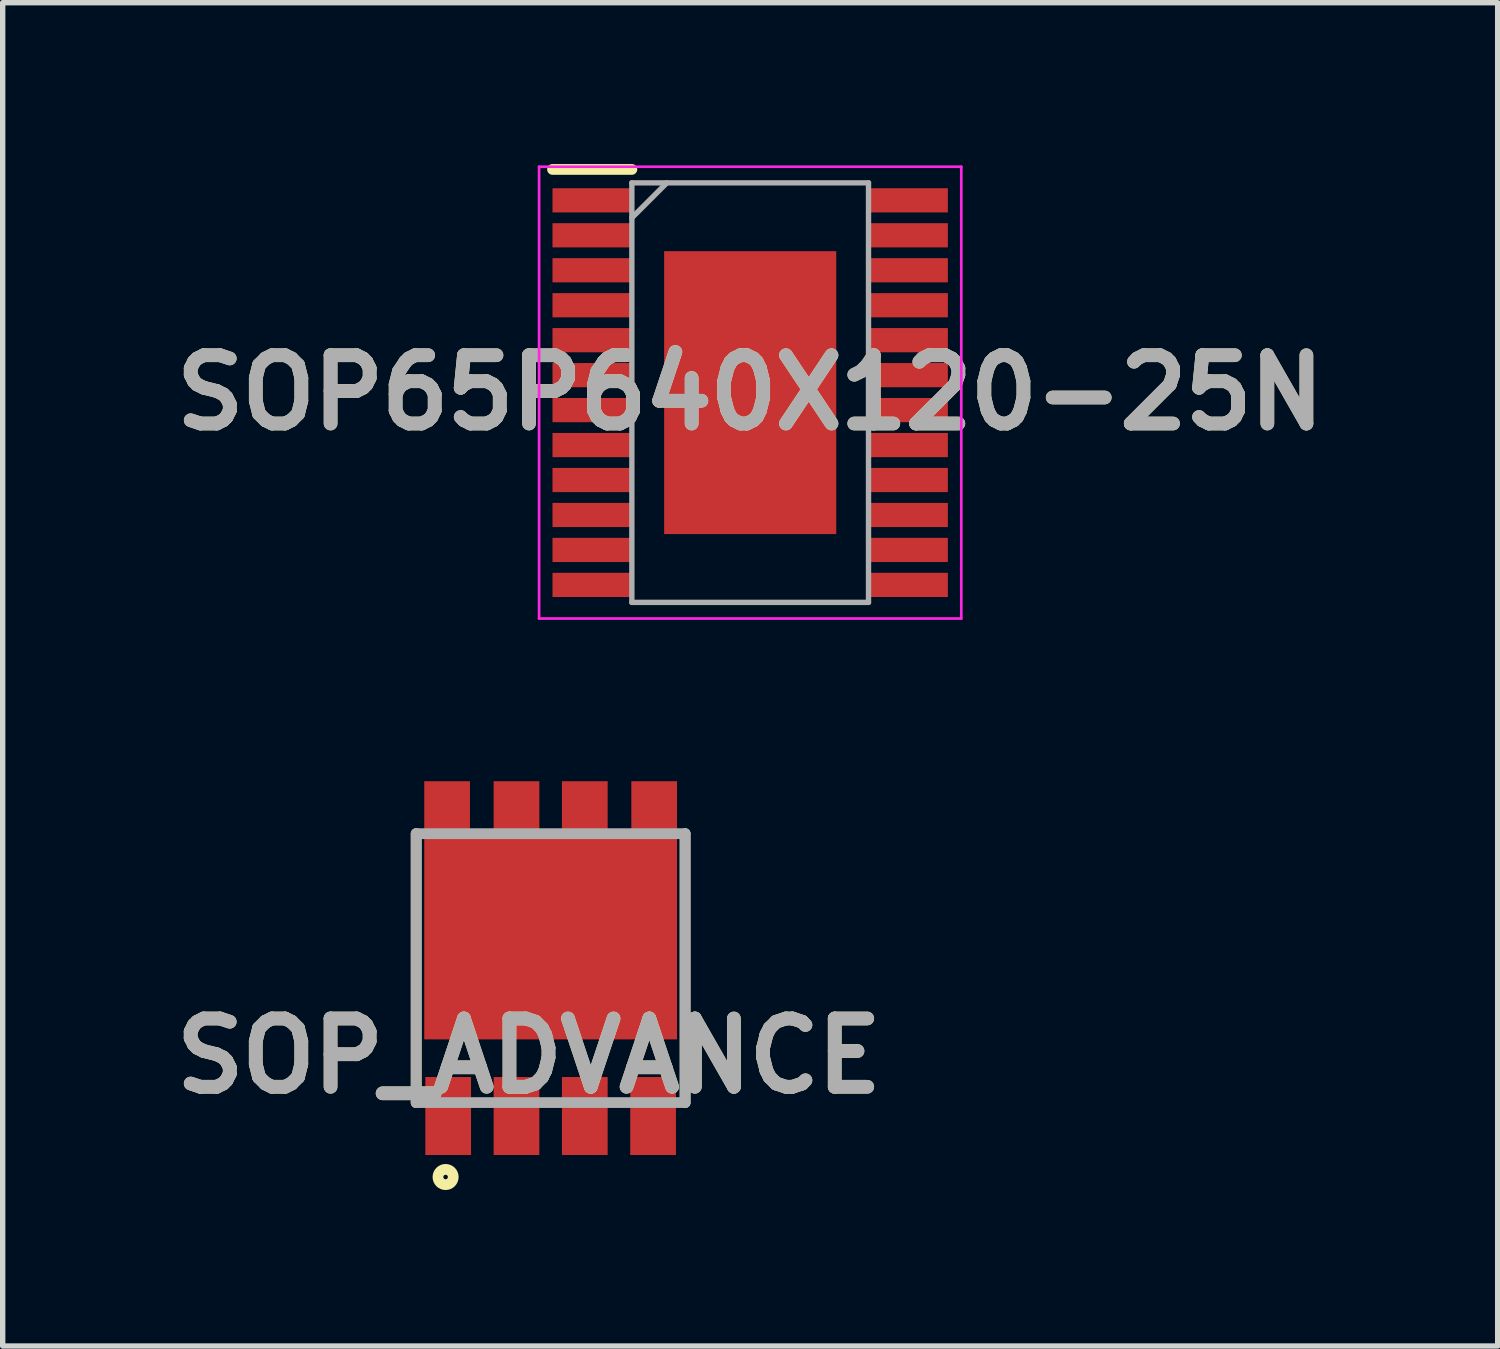
<source format=kicad_pcb>
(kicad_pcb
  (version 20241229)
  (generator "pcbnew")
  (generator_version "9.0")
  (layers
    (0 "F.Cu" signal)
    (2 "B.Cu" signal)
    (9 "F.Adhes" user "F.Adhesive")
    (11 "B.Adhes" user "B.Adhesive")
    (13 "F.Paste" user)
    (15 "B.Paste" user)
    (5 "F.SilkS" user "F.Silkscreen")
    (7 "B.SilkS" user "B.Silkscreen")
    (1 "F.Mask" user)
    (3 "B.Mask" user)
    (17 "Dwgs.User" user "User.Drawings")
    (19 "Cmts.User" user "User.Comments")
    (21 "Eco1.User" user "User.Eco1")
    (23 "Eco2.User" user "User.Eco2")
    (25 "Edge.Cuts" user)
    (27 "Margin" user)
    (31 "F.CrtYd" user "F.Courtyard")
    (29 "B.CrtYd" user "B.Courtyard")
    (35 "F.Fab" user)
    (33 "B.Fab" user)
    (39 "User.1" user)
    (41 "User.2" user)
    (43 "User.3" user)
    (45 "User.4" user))
  (footprint "SOP65P640X120-25N"
    (layer "F.Cu")
    (at 10.898 4.25)
    (property "Reference" "SOP65P640X120-25N" (at 0 0 0) (layer "F.SilkS") (effects (font (size 1.27 1.27) (thickness 0.254))))
    (attr smd)
    (fp_line (start -3.675 -4.15) (end -2.2 -4.15) (stroke (width 0.2) (type solid)) (layer "F.SilkS"))
    (fp_line (start -3.925 -4.2) (end 3.925 -4.2) (stroke (width 0.05) (type solid)) (layer "F.CrtYd"))
    (fp_line (start -3.925 4.2) (end -3.925 -4.2) (stroke (width 0.05) (type solid)) (layer "F.CrtYd"))
    (fp_line (start 3.925 -4.2) (end 3.925 4.2) (stroke (width 0.05) (type solid)) (layer "F.CrtYd"))
    (fp_line (start 3.925 4.2) (end -3.925 4.2) (stroke (width 0.05) (type solid)) (layer "F.CrtYd"))
    (fp_line (start -2.2 -3.9) (end 2.2 -3.9) (stroke (width 0.1) (type solid)) (layer "F.Fab"))
    (fp_line (start -2.2 -3.25) (end -1.55 -3.9) (stroke (width 0.1) (type solid)) (layer "F.Fab"))
    (fp_line (start -2.2 3.9) (end -2.2 -3.9) (stroke (width 0.1) (type solid)) (layer "F.Fab"))
    (fp_line (start 2.2 -3.9) (end 2.2 3.9) (stroke (width 0.1) (type solid)) (layer "F.Fab"))
    (fp_line (start 2.2 3.9) (end -2.2 3.9) (stroke (width 0.1) (type solid)) (layer "F.Fab"))
    (fp_text user "${REFERENCE}" (at 0 0 0) (layer "F.Fab") (effects (font (size 1.27 1.27) (thickness 0.254))))
    (pad "1" smd rect (at -2.938 -3.575 90) (size 0.45 1.475) (layers "F.Cu" "F.Mask" "F.Paste"))
    (pad "2" smd rect (at -2.938 -2.925 90) (size 0.45 1.475) (layers "F.Cu" "F.Mask" "F.Paste"))
    (pad "3" smd rect (at -2.938 -2.275 90) (size 0.45 1.475) (layers "F.Cu" "F.Mask" "F.Paste"))
    (pad "4" smd rect (at -2.938 -1.625 90) (size 0.45 1.475) (layers "F.Cu" "F.Mask" "F.Paste"))
    (pad "5" smd rect (at -2.938 -0.975 90) (size 0.45 1.475) (layers "F.Cu" "F.Mask" "F.Paste"))
    (pad "6" smd rect (at -2.938 -0.325 90) (size 0.45 1.475) (layers "F.Cu" "F.Mask" "F.Paste"))
    (pad "7" smd rect (at -2.938 0.325 90) (size 0.45 1.475) (layers "F.Cu" "F.Mask" "F.Paste"))
    (pad "8" smd rect (at -2.938 0.975 90) (size 0.45 1.475) (layers "F.Cu" "F.Mask" "F.Paste"))
    (pad "9" smd rect (at -2.938 1.625 90) (size 0.45 1.475) (layers "F.Cu" "F.Mask" "F.Paste"))
    (pad "10" smd rect (at -2.938 2.275 90) (size 0.45 1.475) (layers "F.Cu" "F.Mask" "F.Paste"))
    (pad "11" smd rect (at -2.938 2.925 90) (size 0.45 1.475) (layers "F.Cu" "F.Mask" "F.Paste"))
    (pad "12" smd rect (at -2.938 3.575 90) (size 0.45 1.475) (layers "F.Cu" "F.Mask" "F.Paste"))
    (pad "13" smd rect (at 2.938 3.575 90) (size 0.45 1.475) (layers "F.Cu" "F.Mask" "F.Paste"))
    (pad "14" smd rect (at 2.938 2.925 90) (size 0.45 1.475) (layers "F.Cu" "F.Mask" "F.Paste"))
    (pad "15" smd rect (at 2.938 2.275 90) (size 0.45 1.475) (layers "F.Cu" "F.Mask" "F.Paste"))
    (pad "16" smd rect (at 2.938 1.625 90) (size 0.45 1.475) (layers "F.Cu" "F.Mask" "F.Paste"))
    (pad "17" smd rect (at 2.938 0.975 90) (size 0.45 1.475) (layers "F.Cu" "F.Mask" "F.Paste"))
    (pad "18" smd rect (at 2.938 0.325 90) (size 0.45 1.475) (layers "F.Cu" "F.Mask" "F.Paste"))
    (pad "19" smd rect (at 2.938 -0.325 90) (size 0.45 1.475) (layers "F.Cu" "F.Mask" "F.Paste"))
    (pad "20" smd rect (at 2.938 -0.975 90) (size 0.45 1.475) (layers "F.Cu" "F.Mask" "F.Paste"))
    (pad "21" smd rect (at 2.938 -1.625 90) (size 0.45 1.475) (layers "F.Cu" "F.Mask" "F.Paste"))
    (pad "22" smd rect (at 2.938 -2.275 90) (size 0.45 1.475) (layers "F.Cu" "F.Mask" "F.Paste"))
    (pad "23" smd rect (at 2.938 -2.925 90) (size 0.45 1.475) (layers "F.Cu" "F.Mask" "F.Paste"))
    (pad "24" smd rect (at 2.938 -3.575 90) (size 0.45 1.475) (layers "F.Cu" "F.Mask" "F.Paste"))
    (pad "25" smd rect (at 0 0) (size 3.2 5.26) (layers "F.Cu" "F.Mask" "F.Paste")))
  (footprint "SOP_ADVANCE"
    (layer "F.Cu")
    (at 7.188 14.95)
    (property "Reference" "SOP_ADVANCE" (at -0.403 1.632 0) (layer "F.SilkS") (effects (font (size 1.27 1.27) (thickness 0.254))))
    (attr smd)
    (fp_line (start -2.5 -2.5) (end -2.5 2.5) (stroke (width 0.2) (type solid)) (layer "F.SilkS"))
    (fp_line (start 2.5 2.5) (end 2.5 -2.5) (stroke (width 0.2) (type solid)) (layer "F.SilkS"))
    (fp_circle (center -1.953 3.884) (end -1.953 3.926) (stroke (width 0.2) (type solid)) (fill no) (layer "F.SilkS"))
    (fp_line (start -2.5 -2.5) (end 2.5 -2.5) (stroke (width 0.2) (type solid)) (layer "F.Fab"))
    (fp_line (start -2.5 2.5) (end -2.5 -2.5) (stroke (width 0.2) (type solid)) (layer "F.Fab"))
    (fp_line (start 2.5 -2.5) (end 2.5 2.5) (stroke (width 0.2) (type solid)) (layer "F.Fab"))
    (fp_line (start 2.5 2.5) (end -2.5 2.5) (stroke (width 0.2) (type solid)) (layer "F.Fab"))
    (fp_text user "${REFERENCE}" (at -0.403 1.632 0) (layer "F.Fab") (effects (font (size 1.27 1.27) (thickness 0.254))))
    (pad "1" smd rect (at -1.905 2.75) (size 0.85 1.45) (layers "F.Cu" "F.Mask" "F.Paste"))
    (pad "2" smd rect (at -0.635 2.75) (size 0.85 1.45) (layers "F.Cu" "F.Mask" "F.Paste"))
    (pad "3" smd rect (at 0.635 2.75) (size 0.85 1.45) (layers "F.Cu" "F.Mask" "F.Paste"))
    (pad "4" smd rect (at 1.905 2.75) (size 0.85 1.45) (layers "F.Cu" "F.Mask" "F.Paste"))
    (pad "5" smd rect (at 1.925 -2.95) (size 0.85 1.05) (layers "F.Cu" "F.Mask" "F.Paste"))
    (pad "6" smd rect (at 0.635 -2.95) (size 0.85 1.05) (layers "F.Cu" "F.Mask" "F.Paste"))
    (pad "7" smd rect (at -0.635 -2.95) (size 0.85 1.05) (layers "F.Cu" "F.Mask" "F.Paste"))
    (pad "8" smd rect (at -1.925 -2.95) (size 0.85 1.05) (layers "F.Cu" "F.Mask" "F.Paste"))
    (pad "9" smd rect (at 0 -0.55 90) (size 3.75 4.7) (layers "F.Cu" "F.Mask" "F.Paste")))
  (gr_rect
    (start -3 -3)
    (end 24.796 21.976)
    (stroke (width 0.1) (type default))
    (fill no)
    (layer "Edge.Cuts")))
</source>
